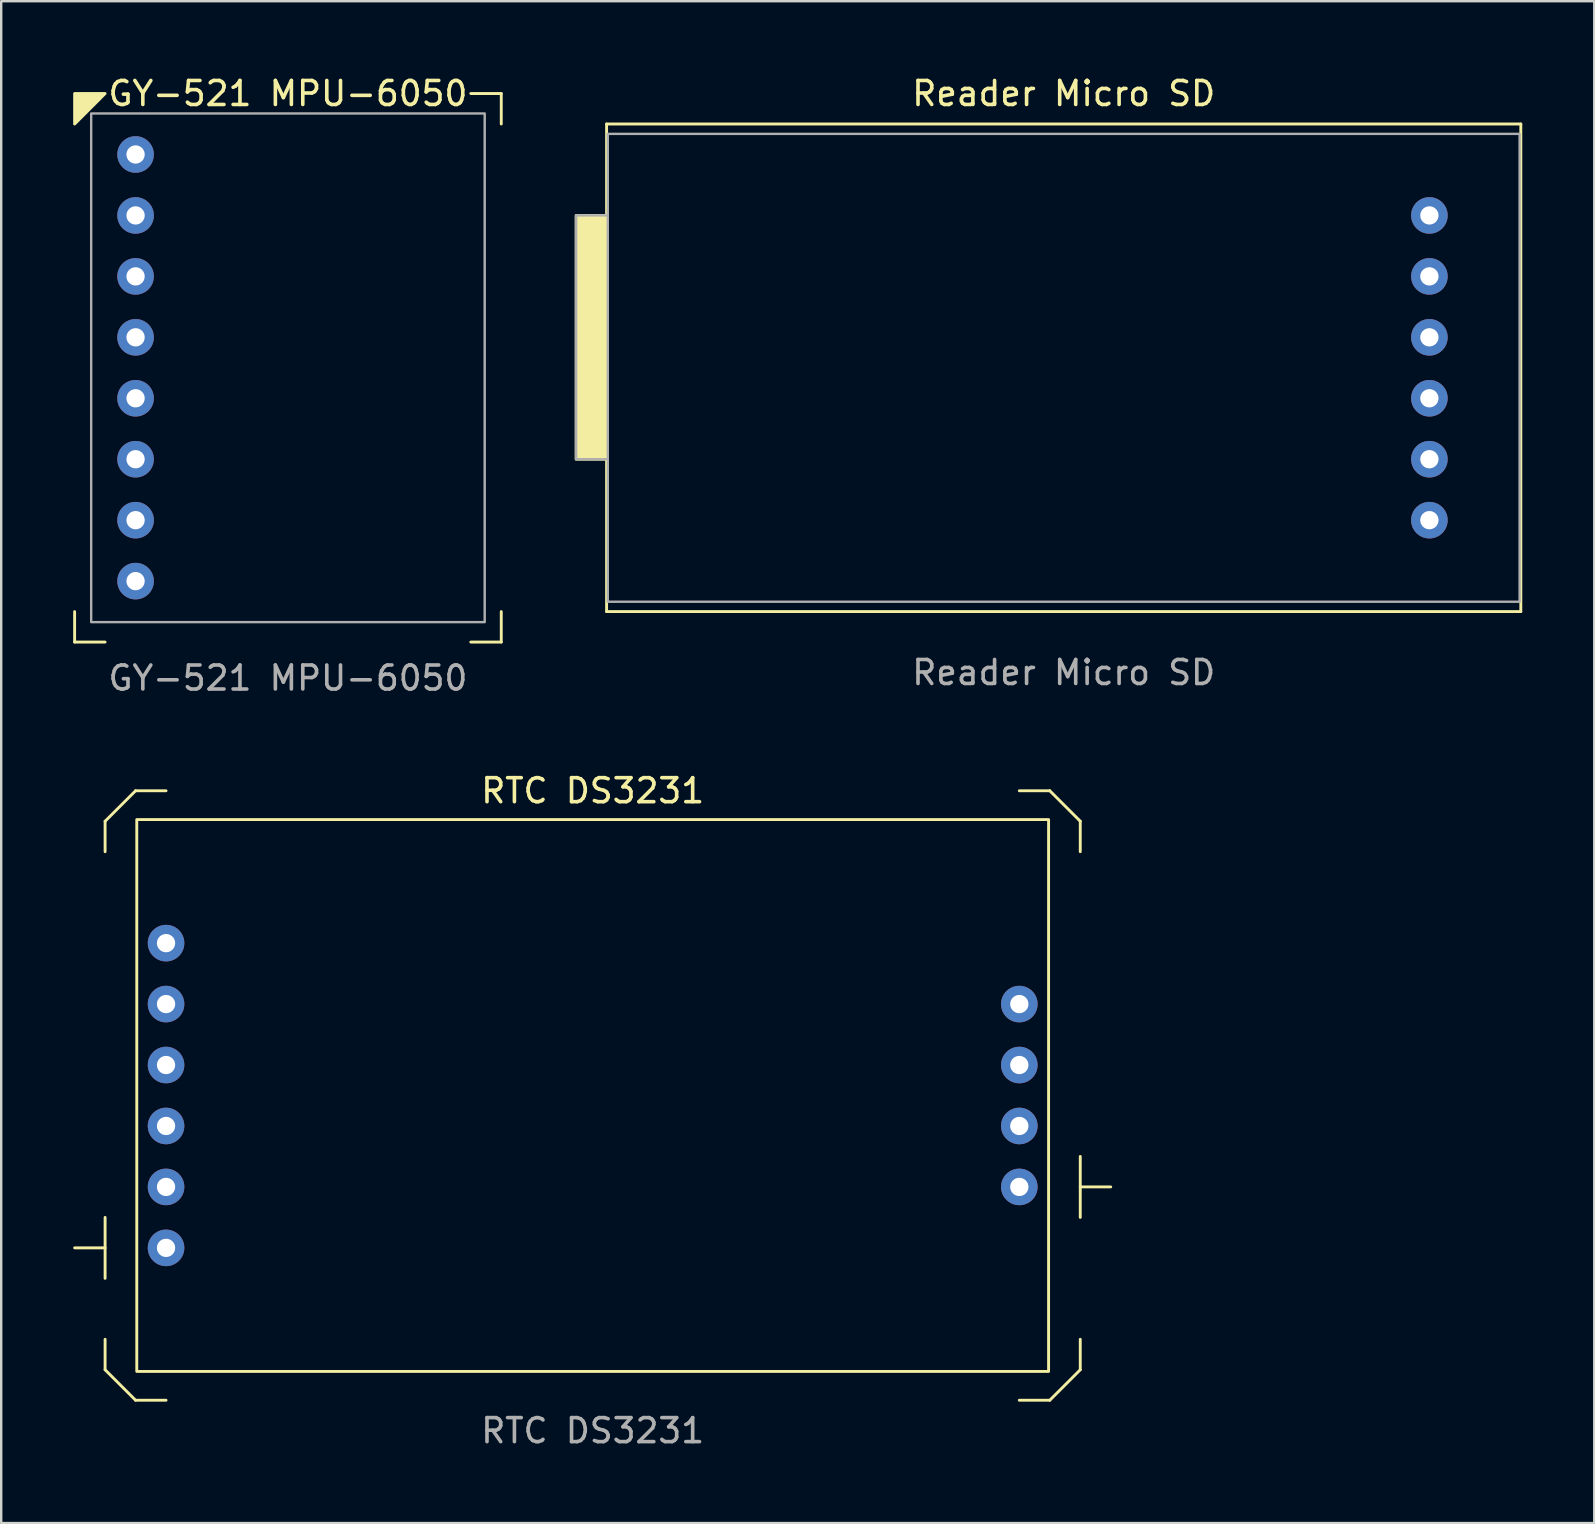
<source format=kicad_pcb>
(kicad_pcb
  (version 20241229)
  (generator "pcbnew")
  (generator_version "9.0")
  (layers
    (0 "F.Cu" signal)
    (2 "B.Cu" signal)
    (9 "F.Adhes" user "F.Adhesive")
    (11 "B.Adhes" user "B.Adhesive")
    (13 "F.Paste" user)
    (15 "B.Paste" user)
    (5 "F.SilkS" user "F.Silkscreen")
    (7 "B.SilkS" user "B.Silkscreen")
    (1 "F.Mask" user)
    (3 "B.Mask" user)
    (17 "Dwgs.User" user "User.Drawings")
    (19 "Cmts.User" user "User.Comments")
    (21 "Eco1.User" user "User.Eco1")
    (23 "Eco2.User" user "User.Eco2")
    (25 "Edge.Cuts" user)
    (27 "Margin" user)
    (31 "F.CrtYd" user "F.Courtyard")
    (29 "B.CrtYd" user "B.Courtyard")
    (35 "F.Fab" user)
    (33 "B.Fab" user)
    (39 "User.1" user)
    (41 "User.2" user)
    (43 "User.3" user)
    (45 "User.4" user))
  (footprint "RTC DS3231"
    (layer "F.Cu")
    (at 21.65 42.605)
    (property "Reference" "RTC DS3231" (at 0 -12.7 0) (unlocked yes) (layer "F.SilkS") (effects (font (size 1 1) (thickness 0.15))))
    (attr through_hole)
    (fp_line (start -21.59 6.35) (end -20.32 6.35) (stroke (width 0.12) (type solid)) (layer "F.SilkS"))
    (fp_line (start -20.32 -11.43) (end -19.05 -12.7) (stroke (width 0.12) (type solid)) (layer "F.SilkS"))
    (fp_line (start -20.32 -10.16) (end -20.32 -11.43) (stroke (width 0.12) (type solid)) (layer "F.SilkS"))
    (fp_line (start -20.32 7.62) (end -20.32 5.08) (stroke (width 0.12) (type solid)) (layer "F.SilkS"))
    (fp_line (start -20.32 11.43) (end -20.32 10.16) (stroke (width 0.12) (type solid)) (layer "F.SilkS"))
    (fp_line (start -19.05 -12.7) (end -17.78 -12.7) (stroke (width 0.12) (type solid)) (layer "F.SilkS"))
    (fp_line (start -19.05 12.7) (end -20.32 11.43) (stroke (width 0.12) (type solid)) (layer "F.SilkS"))
    (fp_line (start -17.78 12.7) (end -19.05 12.7) (stroke (width 0.12) (type solid)) (layer "F.SilkS"))
    (fp_line (start 17.78 -12.7) (end 19.05 -12.7) (stroke (width 0.12) (type solid)) (layer "F.SilkS"))
    (fp_line (start 19.05 -12.7) (end 20.32 -11.43) (stroke (width 0.12) (type solid)) (layer "F.SilkS"))
    (fp_line (start 19.05 12.7) (end 17.78 12.7) (stroke (width 0.12) (type solid)) (layer "F.SilkS"))
    (fp_line (start 20.32 -11.43) (end 20.32 -10.16) (stroke (width 0.12) (type solid)) (layer "F.SilkS"))
    (fp_line (start 20.32 2.54) (end 20.32 5.08) (stroke (width 0.12) (type solid)) (layer "F.SilkS"))
    (fp_line (start 20.32 3.81) (end 21.59 3.81) (stroke (width 0.12) (type solid)) (layer "F.SilkS"))
    (fp_line (start 20.32 10.16) (end 20.32 11.43) (stroke (width 0.12) (type solid)) (layer "F.SilkS"))
    (fp_line (start 20.32 11.43) (end 19.05 12.7) (stroke (width 0.12) (type solid)) (layer "F.SilkS"))
    (fp_rect (start -19 -11.5) (end 19 11.5) (stroke (width 0.12) (type solid)) (fill no) (layer "F.SilkS"))
    (fp_text user "${REFERENCE}" (at 0 13.97 0) (unlocked yes) (layer "F.Fab") (effects (font (size 1 1) (thickness 0.15))))
    (pad "1" thru_hole circle (at -17.78 -6.35) (size 1.524 1.524) (drill 0.762) (layers "*.Cu" "*.Mask"))
    (pad "2" thru_hole circle (at -17.78 -3.81) (size 1.524 1.524) (drill 0.762) (layers "*.Cu" "*.Mask"))
    (pad "3" thru_hole circle (at -17.78 -1.27) (size 1.524 1.524) (drill 0.762) (layers "*.Cu" "*.Mask"))
    (pad "3" thru_hole circle (at 17.78 -3.81) (size 1.524 1.524) (drill 0.762) (layers "*.Cu" "*.Mask"))
    (pad "4" thru_hole circle (at -17.78 1.27) (size 1.524 1.524) (drill 0.762) (layers "*.Cu" "*.Mask"))
    (pad "4" thru_hole circle (at 17.78 -1.27) (size 1.524 1.524) (drill 0.762) (layers "*.Cu" "*.Mask"))
    (pad "5" thru_hole circle (at -17.78 3.81) (size 1.524 1.524) (drill 0.762) (layers "*.Cu" "*.Mask"))
    (pad "5" thru_hole circle (at 17.78 1.27) (size 1.524 1.524) (drill 0.762) (layers "*.Cu" "*.Mask"))
    (pad "6" thru_hole circle (at -17.78 6.35) (size 1.524 1.524) (drill 0.762) (layers "*.Cu" "*.Mask"))
    (pad "6" thru_hole circle (at 17.78 3.81) (size 1.524 1.524) (drill 0.762) (layers "*.Cu" "*.Mask")))
  (footprint "Reader Micro SD"
    (layer "F.Cu")
    (at 41.28 12.278)
    (property "Reference" "Reader Micro SD" (at 0 -11.43 0) (unlocked yes) (layer "F.SilkS") (effects (font (size 1 1) (thickness 0.15))))
    (attr through_hole)
    (fp_line (start -19.05 -10.16) (end 19.05 -10.16) (stroke (width 0.12) (type solid)) (layer "F.SilkS"))
    (fp_line (start -19.05 10.16) (end -19.05 -10.16) (stroke (width 0.12) (type solid)) (layer "F.SilkS"))
    (fp_line (start 19.05 10.16) (end -19.05 10.16) (stroke (width 0.12) (type solid)) (layer "F.SilkS"))
    (fp_line (start 19.05 10.16) (end 19.05 -10.16) (stroke (width 0.12) (type solid)) (layer "F.SilkS"))
    (fp_rect (start -19.05 -6.35) (end -20.32 3.81) (stroke (width 0.12) (type solid)) (fill yes) (layer "F.SilkS"))
    (fp_line (start -20.32 -6.35) (end -20.32 3.81) (stroke (width 0.1) (type solid)) (layer "F.Fab"))
    (fp_line (start -20.32 3.81) (end -19.05 3.81) (stroke (width 0.1) (type solid)) (layer "F.Fab"))
    (fp_line (start -19.05 -6.35) (end -20.32 -6.35) (stroke (width 0.1) (type solid)) (layer "F.Fab"))
    (fp_rect (start -19 -9.75) (end 19 9.75) (stroke (width 0.1) (type solid)) (fill no) (layer "F.Fab"))
    (fp_text user "${REFERENCE}" (at 0 12.7 0) (unlocked yes) (layer "F.Fab") (effects (font (size 1 1) (thickness 0.15))))
    (pad "1" thru_hole circle (at 15.24 -6.35) (size 1.524 1.524) (drill 0.762) (layers "*.Cu" "*.Mask"))
    (pad "2" thru_hole circle (at 15.24 -3.81) (size 1.524 1.524) (drill 0.762) (layers "*.Cu" "*.Mask"))
    (pad "3" thru_hole circle (at 15.24 -1.27) (size 1.524 1.524) (drill 0.762) (layers "*.Cu" "*.Mask"))
    (pad "4" thru_hole circle (at 15.24 1.27) (size 1.524 1.524) (drill 0.762) (layers "*.Cu" "*.Mask"))
    (pad "5" thru_hole circle (at 15.24 3.81) (size 1.524 1.524) (drill 0.762) (layers "*.Cu" "*.Mask"))
    (pad "6" thru_hole circle (at 15.24 6.35) (size 1.524 1.524) (drill 0.762) (layers "*.Cu" "*.Mask")))
  (footprint "GY-521 MPU-6050"
    (layer "F.Cu")
    (at 8.95 12.278)
    (property "Reference" "GY-521 MPU-6050" (at 0 -11.43 0) (unlocked yes) (layer "F.SilkS") (effects (font (size 1 1) (thickness 0.15))))
    (attr through_hole)
    (fp_line (start -8.89 11.43) (end -8.89 10.16) (stroke (width 0.12) (type solid)) (layer "F.SilkS"))
    (fp_line (start -7.62 11.43) (end -8.89 11.43) (stroke (width 0.12) (type solid)) (layer "F.SilkS"))
    (fp_line (start 7.62 -11.43) (end 8.89 -11.43) (stroke (width 0.12) (type solid)) (layer "F.SilkS"))
    (fp_line (start 8.89 -11.43) (end 8.89 -10.16) (stroke (width 0.12) (type solid)) (layer "F.SilkS"))
    (fp_line (start 8.89 10.16) (end 8.89 11.43) (stroke (width 0.12) (type solid)) (layer "F.SilkS"))
    (fp_line (start 8.89 11.43) (end 7.62 11.43) (stroke (width 0.12) (type solid)) (layer "F.SilkS"))
    (fp_poly (pts (xy -8.89 -10.16) (xy -8.89 -11.43) (xy -7.62 -11.43)) (stroke (width 0.12) (type solid)) (fill yes) (layer "F.SilkS"))
    (fp_rect (start -8.2 -10.6) (end 8.2 10.6) (stroke (width 0.1) (type solid)) (fill no) (layer "F.Fab"))
    (fp_text user "${REFERENCE}" (at 0 12.93 0) (unlocked yes) (layer "F.Fab") (effects (font (size 1 1) (thickness 0.15))))
    (pad "1" thru_hole circle (at -6.35 -8.89) (size 1.524 1.524) (drill 0.762) (layers "*.Cu" "*.Mask"))
    (pad "2" thru_hole circle (at -6.35 -6.35) (size 1.524 1.524) (drill 0.762) (layers "*.Cu" "*.Mask"))
    (pad "3" thru_hole circle (at -6.35 -3.81) (size 1.524 1.524) (drill 0.762) (layers "*.Cu" "*.Mask"))
    (pad "4" thru_hole circle (at -6.35 -1.27) (size 1.524 1.524) (drill 0.762) (layers "*.Cu" "*.Mask"))
    (pad "5" thru_hole circle (at -6.35 1.27) (size 1.524 1.524) (drill 0.762) (layers "*.Cu" "*.Mask"))
    (pad "6" thru_hole circle (at -6.35 3.81) (size 1.524 1.524) (drill 0.762) (layers "*.Cu" "*.Mask"))
    (pad "7" thru_hole circle (at -6.35 6.35) (size 1.524 1.524) (drill 0.762) (layers "*.Cu" "*.Mask"))
    (pad "8" thru_hole circle (at -6.35 8.89) (size 1.524 1.524) (drill 0.762) (layers "*.Cu" "*.Mask")))
  (gr_rect
    (start -3 -3)
    (end 63.39 60.423)
    (stroke (width 0.1) (type default))
    (fill no)
    (layer "Edge.Cuts")))
</source>
